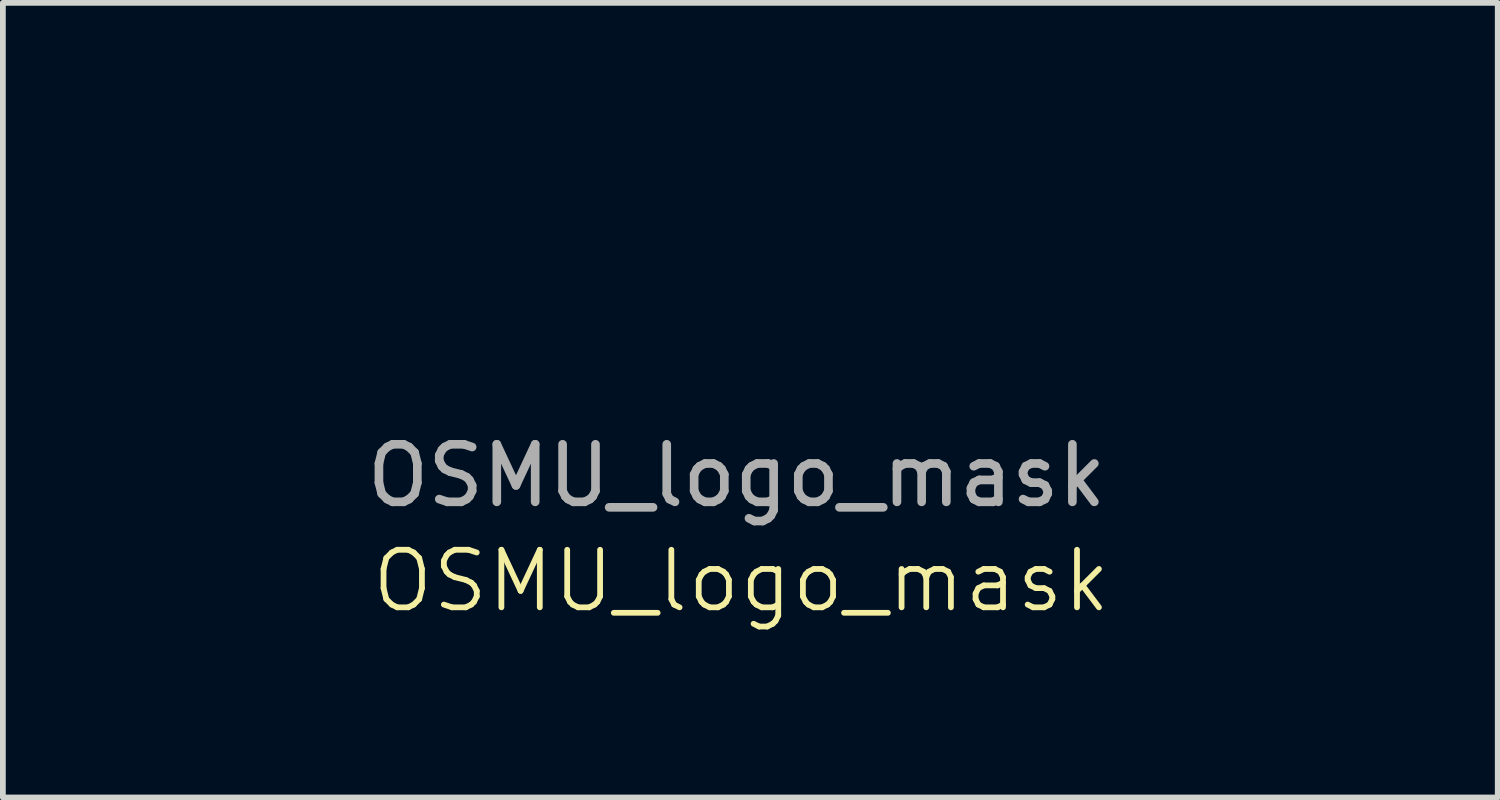
<source format=kicad_pcb>
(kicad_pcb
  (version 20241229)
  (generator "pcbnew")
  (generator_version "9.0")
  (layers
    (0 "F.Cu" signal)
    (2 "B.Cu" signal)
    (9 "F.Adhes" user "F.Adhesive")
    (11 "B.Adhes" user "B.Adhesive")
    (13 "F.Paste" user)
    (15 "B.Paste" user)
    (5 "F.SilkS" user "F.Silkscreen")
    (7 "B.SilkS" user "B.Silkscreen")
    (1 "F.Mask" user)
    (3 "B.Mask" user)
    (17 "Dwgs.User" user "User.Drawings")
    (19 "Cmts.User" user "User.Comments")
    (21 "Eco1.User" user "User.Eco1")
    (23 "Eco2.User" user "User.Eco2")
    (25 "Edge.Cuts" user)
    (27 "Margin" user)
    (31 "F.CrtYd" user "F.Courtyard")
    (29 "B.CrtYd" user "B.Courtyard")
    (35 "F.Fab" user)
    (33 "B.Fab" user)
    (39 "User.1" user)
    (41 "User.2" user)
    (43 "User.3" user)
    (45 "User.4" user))
  (footprint "OSMU_logo_mask"
    (layer "F.Cu")
    (at 9.748 2.714)
    (property "Reference" "OSMU_logo_mask" (at 0.08 4.33 0) (unlocked yes) (layer "F.SilkS") (effects (font (size 1 1) (thickness 0.1))))
    (attr smd)
    (fp_poly (pts (xy 6.885 -1.831) (xy 6.885 -1.05) (xy 6.405 -1.05) (xy 5.924 -1.05) (xy 5.924 -1.831) (xy 5.924 -2.612) (xy 6.405 -2.612) (xy 6.885 -2.612)) (stroke (width 0) (type solid)) (fill yes) (layer "F.Mask"))
    (fp_poly (pts (xy 9.667 -1.831) (xy 9.667 -1.05) (xy 9.177 -1.05) (xy 8.687 -1.05) (xy 8.687 -1.831) (xy 8.687 -2.612) (xy 9.177 -2.612) (xy 9.667 -2.612)) (stroke (width 0) (type solid)) (fill yes) (layer "F.Mask"))
    (fp_poly (pts (xy 0.665 -2.612) (xy 1.331 -2.612) (xy 1.67 -1.886) (xy 1.745 -1.725) (xy 1.815 -1.574) (xy 1.88 -1.437) (xy 1.936 -1.317) (xy 1.981 -1.22) (xy 2.014 -1.15) (xy 2.033 -1.111) (xy 2.035 -1.106) (xy 2.062 -1.05) (xy 1.031 -1.05) (xy -0.000189 -1.05) (xy -0.000189 -1.831) (xy -0.000189 -2.612)) (stroke (width 0) (type solid)) (fill yes) (layer "F.Mask"))
    (fp_poly (pts (xy 3.106 0.094) (xy 3.221 0.095) (xy 3.306 0.095) (xy 3.36 0.097) (xy 3.377 0.098) (xy 3.37 0.117) (xy 3.347 0.168) (xy 3.31 0.246) (xy 3.261 0.348) (xy 3.202 0.47) (xy 3.134 0.607) (xy 3.063 0.749) (xy 2.742 1.391) (xy 2.451 1.391) (xy 2.161 1.391) (xy 1.839 0.746) (xy 1.518 0.1) (xy 2.443 0.095) (xy 2.632 0.094) (xy 2.808 0.094) (xy 2.967 0.094)) (stroke (width 0) (type solid)) (fill yes) (layer "F.Mask"))
    (fp_poly (pts (xy 4.904 -1.831) (xy 4.904 -1.05) (xy 3.883 -1.05) (xy 3.685 -1.051) (xy 3.5 -1.052) (xy 3.331 -1.053) (xy 3.182 -1.055) (xy 3.057 -1.057) (xy 2.96 -1.06) (xy 2.894 -1.063) (xy 2.864 -1.066) (xy 2.862 -1.067) (xy 2.87 -1.088) (xy 2.894 -1.141) (xy 2.931 -1.223) (xy 2.98 -1.329) (xy 3.04 -1.456) (xy 3.107 -1.6) (xy 3.181 -1.758) (xy 3.221 -1.842) (xy 3.579 -2.602) (xy 4.242 -2.607) (xy 4.904 -2.612)) (stroke (width 0) (type solid)) (fill yes) (layer "F.Mask"))
    (fp_poly (pts (xy -2.291 -2.7) (xy -2.019 -2.658) (xy -1.75 -2.589) (xy -1.491 -2.495) (xy -1.248 -2.375) (xy -1.145 -2.313) (xy -1.071 -2.264) (xy -1.007 -2.218) (xy -0.963 -2.183) (xy -0.952 -2.173) (xy -0.941 -2.161) (xy -0.933 -2.152) (xy -0.93 -2.139) (xy -0.935 -2.121) (xy -0.949 -2.092) (xy -0.976 -2.049) (xy -1.016 -1.988) (xy -1.073 -1.906) (xy -1.149 -1.797) (xy -1.226 -1.686) (xy -1.403 -1.431) (xy -1.525 -1.513) (xy -1.664 -1.598) (xy -1.822 -1.678) (xy -1.985 -1.747) (xy -2.137 -1.798) (xy -2.183 -1.81) (xy -2.313 -1.834) (xy -2.452 -1.848) (xy -2.59 -1.851) (xy -2.714 -1.843) (xy -2.813 -1.824) (xy -2.826 -1.82) (xy -2.94 -1.762) (xy -3.026 -1.677) (xy -3.081 -1.57) (xy -3.102 -1.446) (xy -3.103 -1.436) (xy -3.09 -1.338) (xy -3.052 -1.254) (xy -2.982 -1.18) (xy -2.877 -1.109) (xy -2.854 -1.096) (xy -2.772 -1.052) (xy -3.427 -1.051) (xy -4.081 -1.05) (xy -4.096 -1.146) (xy -4.107 -1.253) (xy -4.11 -1.38) (xy -4.107 -1.515) (xy -4.096 -1.642) (xy -4.08 -1.747) (xy -4.074 -1.771) (xy -4.003 -1.965) (xy -3.897 -2.141) (xy -3.757 -2.299) (xy -3.586 -2.435) (xy -3.386 -2.548) (xy -3.3 -2.586) (xy -3.072 -2.658) (xy -2.823 -2.701) (xy -2.561 -2.714)) (stroke (width 0) (type solid)) (fill yes) (layer "F.Mask"))
    (fp_poly (pts (xy -6.969 -2.706) (xy -6.751 -2.693) (xy -6.56 -2.667) (xy -6.384 -2.625) (xy -6.212 -2.564) (xy -6.075 -2.504) (xy -5.807 -2.356) (xy -5.567 -2.18) (xy -5.354 -1.977) (xy -5.172 -1.749) (xy -5.021 -1.497) (xy -4.904 -1.225) (xy -4.874 -1.136) (xy -4.848 -1.05) (xy -5.376 -1.05) (xy -5.548 -1.051) (xy -5.682 -1.053) (xy -5.782 -1.055) (xy -5.85 -1.06) (xy -5.89 -1.065) (xy -5.905 -1.073) (xy -5.905 -1.074) (xy -5.918 -1.114) (xy -5.952 -1.175) (xy -6.002 -1.252) (xy -6.064 -1.334) (xy -6.13 -1.416) (xy -6.197 -1.49) (xy -6.23 -1.523) (xy -6.389 -1.656) (xy -6.549 -1.753) (xy -6.72 -1.817) (xy -6.908 -1.852) (xy -7.076 -1.86) (xy -7.259 -1.851) (xy -7.418 -1.821) (xy -7.567 -1.768) (xy -7.704 -1.697) (xy -7.809 -1.622) (xy -7.921 -1.522) (xy -8.028 -1.407) (xy -8.121 -1.29) (xy -8.189 -1.182) (xy -8.257 -1.051) (xy -8.782 -1.051) (xy -8.922 -1.051) (xy -9.049 -1.051) (xy -9.155 -1.052) (xy -9.238 -1.054) (xy -9.29 -1.055) (xy -9.308 -1.057) (xy -9.302 -1.078) (xy -9.286 -1.126) (xy -9.263 -1.194) (xy -9.258 -1.208) (xy -9.148 -1.472) (xy -9.003 -1.72) (xy -8.827 -1.947) (xy -8.625 -2.15) (xy -8.398 -2.327) (xy -8.152 -2.473) (xy -7.888 -2.586) (xy -7.78 -2.62) (xy -7.621 -2.661) (xy -7.467 -2.689) (xy -7.307 -2.705) (xy -7.13 -2.709)) (stroke (width 0) (type solid)) (fill yes) (layer "F.Mask"))
    (fp_poly (pts (xy -4.29 -0.894) (xy -4.173 -0.835) (xy -4.165 -0.829) (xy -4.074 -0.741) (xy -4.018 -0.631) (xy -3.995 -0.501) (xy -3.995 -0.48) (xy -4.007 -0.363) (xy -4.047 -0.262) (xy -4.12 -0.165) (xy -4.13 -0.155) (xy -4.191 -0.09) (xy -3.945 -0.09) (xy -3.7 -0.09) (xy -3.751 -0.151) (xy -3.781 -0.19) (xy -3.803 -0.23) (xy -3.817 -0.278) (xy -3.826 -0.341) (xy -3.831 -0.427) (xy -3.833 -0.542) (xy -3.833 -0.61) (xy -3.833 -0.9) (xy -3.738 -0.906) (xy -3.643 -0.913) (xy -3.643 -0.63) (xy -3.642 -0.504) (xy -3.638 -0.412) (xy -3.63 -0.347) (xy -3.619 -0.303) (xy -3.613 -0.289) (xy -3.566 -0.236) (xy -3.501 -0.211) (xy -3.43 -0.214) (xy -3.365 -0.246) (xy -3.335 -0.276) (xy -3.318 -0.303) (xy -3.306 -0.335) (xy -3.298 -0.38) (xy -3.292 -0.445) (xy -3.288 -0.537) (xy -3.286 -0.622) (xy -3.279 -0.91) (xy -3.191 -0.91) (xy -3.103 -0.91) (xy -3.103 -0.609) (xy -3.104 -0.47) (xy -3.11 -0.363) (xy -3.121 -0.283) (xy -3.139 -0.223) (xy -3.165 -0.176) (xy -3.201 -0.136) (xy -3.204 -0.133) (xy -3.25 -0.09) (xy -3.077 -0.09) (xy -2.903 -0.09) (xy -2.898 -0.495) (xy -2.895 -0.73) (xy -2.702 -0.73) (xy -2.702 -0.61) (xy -2.702 -0.49) (xy -2.576 -0.49) (xy -2.504 -0.494) (xy -2.449 -0.503) (xy -2.426 -0.514) (xy -2.41 -0.549) (xy -2.402 -0.603) (xy -2.402 -0.61) (xy -2.408 -0.669) (xy -2.431 -0.705) (xy -2.477 -0.724) (xy -2.555 -0.73) (xy -2.576 -0.73) (xy -2.702 -0.73) (xy -2.895 -0.73) (xy -2.892 -0.9) (xy -2.652 -0.898) (xy -2.501 -0.892) (xy -2.386 -0.875) (xy -2.302 -0.846) (xy -2.247 -0.8) (xy -2.215 -0.736) (xy -2.204 -0.651) (xy -2.206 -0.583) (xy -2.214 -0.512) (xy -2.228 -0.466) (xy -2.256 -0.429) (xy -2.286 -0.401) (xy -2.357 -0.34) (xy -2.268 -0.215) (xy -2.178 -0.09) (xy -2.016 -0.09) (xy -1.854 -0.09) (xy -1.916 -0.155) (xy -1.988 -0.246) (xy -2.028 -0.341) (xy -2.042 -0.453) (xy -2.042 -0.47) (xy -2.032 -0.589) (xy -2 -0.684) (xy -1.94 -0.768) (xy -1.92 -0.789) (xy -1.823 -0.864) (xy -1.714 -0.905) (xy -1.6 -0.917) (xy -1.499 -0.905) (xy -1.399 -0.874) (xy -1.314 -0.829) (xy -1.276 -0.795) (xy -1.259 -0.77) (xy -1.262 -0.745) (xy -1.289 -0.708) (xy -1.302 -0.692) (xy -1.359 -0.625) (xy -1.422 -0.677) (xy -1.5 -0.719) (xy -1.591 -0.731) (xy -1.683 -0.715) (xy -1.764 -0.673) (xy -1.81 -0.626) (xy -1.833 -0.568) (xy -1.841 -0.489) (xy -1.835 -0.407) (xy -1.814 -0.336) (xy -1.811 -0.329) (xy -1.757 -0.264) (xy -1.68 -0.225) (xy -1.591 -0.214) (xy -1.498 -0.231) (xy -1.42 -0.271) (xy -1.355 -0.317) (xy -1.308 -0.262) (xy -1.272 -0.215) (xy -1.266 -0.183) (xy -1.289 -0.152) (xy -1.314 -0.131) (xy -1.367 -0.09) (xy -1.224 -0.09) (xy -1.081 -0.09) (xy -1.081 -0.501) (xy -1.081 -0.911) (xy -0.776 -0.906) (xy -0.471 -0.9) (xy -0.464 -0.815) (xy -0.458 -0.73) (xy -0.68 -0.73) (xy -0.901 -0.73) (xy -0.901 -0.64) (xy -0.901 -0.55) (xy -0.701 -0.55) (xy -0.501 -0.55) (xy -0.501 -0.47) (xy -0.501 -0.39) (xy -0.701 -0.39) (xy -0.901 -0.39) (xy -0.901 -0.3) (xy -0.901 -0.21) (xy -0.681 -0.21) (xy -0.461 -0.21) (xy -0.461 -0.15) (xy -0.461 -0.09) (xy -0.211 -0.09) (xy 0.039 -0.09) (xy 0.044 -0.495) (xy 0.05 -0.9) (xy 0.175 -0.906) (xy 0.301 -0.912) (xy 0.414 -0.671) (xy 0.527 -0.429) (xy 0.643 -0.671) (xy 0.759 -0.912) (xy 0.885 -0.906) (xy 1.011 -0.9) (xy 1.016 -0.495) (xy 1.021 -0.09) (xy 1.121 -0.09) (xy 1.221 -0.09) (xy 1.221 -0.501) (xy 1.221 -0.913) (xy 1.316 -0.906) (xy 1.411 -0.9) (xy 1.416 -0.495) (xy 1.422 -0.09) (xy 1.521 -0.09) (xy 1.62 -0.09) (xy 1.626 -0.495) (xy 1.631 -0.9) (xy 1.721 -0.9) (xy 1.81 -0.9) (xy 2.011 -0.636) (xy 2.079 -0.548) (xy 2.138 -0.472) (xy 2.186 -0.414) (xy 2.217 -0.379) (xy 2.227 -0.371) (xy 2.232 -0.389) (xy 2.237 -0.441) (xy 2.24 -0.517) (xy 2.241 -0.612) (xy 2.242 -0.64) (xy 2.242 -0.91) (xy 2.332 -0.91) (xy 2.422 -0.91) (xy 2.422 -0.5) (xy 2.422 -0.09) (xy 2.532 -0.09) (xy 2.642 -0.09) (xy 2.642 -0.5) (xy 2.642 -0.91) (xy 2.952 -0.91) (xy 3.262 -0.91) (xy 3.262 -0.82) (xy 3.262 -0.73) (xy 3.041 -0.73) (xy 2.82 -0.73) (xy 2.826 -0.645) (xy 2.832 -0.56) (xy 3.027 -0.554) (xy 3.222 -0.549) (xy 3.222 -0.47) (xy 3.222 -0.391) (xy 3.027 -0.386) (xy 2.832 -0.38) (xy 2.826 -0.295) (xy 2.82 -0.21) (xy 3.051 -0.21) (xy 3.282 -0.21) (xy 3.282 -0.15) (xy 3.286 -0.111) (xy 3.303 -0.094) (xy 3.346 -0.09) (xy 3.362 -0.09) (xy 3.442 -0.09) (xy 3.447 -0.495) (xy 3.45 -0.73) (xy 3.643 -0.73) (xy 3.643 -0.61) (xy 3.643 -0.49) (xy 3.769 -0.49) (xy 3.841 -0.494) (xy 3.896 -0.503) (xy 3.919 -0.514) (xy 3.935 -0.549) (xy 3.943 -0.603) (xy 3.943 -0.61) (xy 3.937 -0.669) (xy 3.914 -0.705) (xy 3.868 -0.724) (xy 3.79 -0.73) (xy 3.769 -0.73) (xy 3.643 -0.73) (xy 3.45 -0.73) (xy 3.453 -0.9) (xy 3.693 -0.898) (xy 3.844 -0.892) (xy 3.959 -0.875) (xy 4.043 -0.846) (xy 4.098 -0.8) (xy 4.13 -0.736) (xy 4.141 -0.651) (xy 4.139 -0.583) (xy 4.131 -0.512) (xy 4.117 -0.466) (xy 4.089 -0.429) (xy 4.059 -0.401) (xy 3.988 -0.34) (xy 4.077 -0.215) (xy 4.167 -0.09) (xy 4.28 -0.09) (xy 4.393 -0.09) (xy 4.337 -0.135) (xy 4.282 -0.18) (xy 4.337 -0.246) (xy 4.393 -0.313) (xy 4.489 -0.259) (xy 4.566 -0.226) (xy 4.643 -0.208) (xy 4.708 -0.208) (xy 4.747 -0.226) (xy 4.76 -0.259) (xy 4.76 -0.293) (xy 4.751 -0.318) (xy 4.726 -0.341) (xy 4.678 -0.364) (xy 4.599 -0.393) (xy 4.593 -0.395) (xy 4.476 -0.443) (xy 4.394 -0.495) (xy 4.345 -0.555) (xy 4.324 -0.626) (xy 4.323 -0.651) (xy 4.339 -0.753) (xy 4.387 -0.831) (xy 4.465 -0.885) (xy 4.573 -0.912) (xy 4.648 -0.916) (xy 4.719 -0.909) (xy 4.794 -0.891) (xy 4.864 -0.867) (xy 4.917 -0.84) (xy 4.943 -0.813) (xy 4.944 -0.808) (xy 4.933 -0.78) (xy 4.906 -0.738) (xy 4.901 -0.731) (xy 4.859 -0.674) (xy 4.771 -0.714) (xy 4.686 -0.74) (xy 4.611 -0.744) (xy 4.555 -0.725) (xy 4.536 -0.705) (xy 4.524 -0.665) (xy 4.544 -0.63) (xy 4.598 -0.596) (xy 4.689 -0.562) (xy 4.708 -0.556) (xy 4.822 -0.513) (xy 4.9 -0.462) (xy 4.945 -0.4) (xy 4.963 -0.323) (xy 4.964 -0.303) (xy 4.952 -0.225) (xy 4.924 -0.155) (xy 4.884 -0.09) (xy 5.236 -0.09) (xy 5.588 -0.09) (xy 5.537 -0.15) (xy 5.502 -0.199) (xy 5.477 -0.254) (xy 5.46 -0.323) (xy 5.45 -0.414) (xy 5.445 -0.532) (xy 5.444 -0.635) (xy 5.444 -0.91) (xy 5.544 -0.91) (xy 5.644 -0.91) (xy 5.644 -0.629) (xy 5.646 -0.503) (xy 5.65 -0.411) (xy 5.657 -0.346) (xy 5.669 -0.302) (xy 5.675 -0.289) (xy 5.722 -0.236) (xy 5.787 -0.211) (xy 5.858 -0.214) (xy 5.923 -0.245) (xy 5.952 -0.276) (xy 5.969 -0.303) (xy 5.981 -0.335) (xy 5.989 -0.381) (xy 5.995 -0.446) (xy 5.999 -0.54) (xy 6.002 -0.621) (xy 6.009 -0.91) (xy 6.097 -0.91) (xy 6.185 -0.91) (xy 6.185 -0.611) (xy 6.183 -0.476) (xy 6.179 -0.374) (xy 6.17 -0.298) (xy 6.154 -0.241) (xy 6.131 -0.195) (xy 6.098 -0.154) (xy 6.09 -0.145) (xy 6.037 -0.09) (xy 6.211 -0.09) (xy 6.385 -0.09) (xy 6.385 -0.5) (xy 6.385 -0.91) (xy 6.474 -0.91) (xy 6.563 -0.91) (xy 6.769 -0.64) (xy 6.975 -0.369) (xy 6.985 -0.635) (xy 6.995 -0.9) (xy 7.09 -0.906) (xy 7.185 -0.913) (xy 7.185 -0.501) (xy 7.185 -0.09) (xy 7.296 -0.09) (xy 7.406 -0.09) (xy 7.406 -0.5) (xy 7.406 -0.91) (xy 7.496 -0.91) (xy 7.586 -0.91) (xy 7.586 -0.5) (xy 7.586 -0.09) (xy 7.776 -0.09) (xy 7.966 -0.09) (xy 7.966 -0.41) (xy 7.966 -0.73) (xy 7.845 -0.73) (xy 7.724 -0.73) (xy 7.73 -0.815) (xy 7.736 -0.9) (xy 8.071 -0.906) (xy 8.406 -0.911) (xy 8.406 -0.821) (xy 8.406 -0.73) (xy 8.286 -0.73) (xy 8.166 -0.73) (xy 8.166 -0.41) (xy 8.166 -0.09) (xy 8.356 -0.09) (xy 8.546 -0.09) (xy 8.551 -0.495) (xy 8.557 -0.9) (xy 8.867 -0.9) (xy 9.177 -0.9) (xy 9.183 -0.815) (xy 9.189 -0.73) (xy 8.968 -0.73) (xy 8.747 -0.73) (xy 8.747 -0.64) (xy 8.747 -0.55) (xy 8.937 -0.55) (xy 9.127 -0.55) (xy 9.127 -0.47) (xy 9.127 -0.39) (xy 8.937 -0.39) (xy 8.747 -0.39) (xy 8.747 -0.3) (xy 8.747 -0.21) (xy 8.967 -0.21) (xy 9.187 -0.21) (xy 9.187 -0.15) (xy 9.19 -0.113) (xy 9.205 -0.095) (xy 9.243 -0.09) (xy 9.277 -0.09) (xy 9.367 -0.09) (xy 9.367 -0.503) (xy 9.367 -0.73) (xy 9.547 -0.73) (xy 9.547 -0.47) (xy 9.547 -0.21) (xy 9.648 -0.21) (xy 9.724 -0.216) (xy 9.795 -0.231) (xy 9.817 -0.238) (xy 9.886 -0.288) (xy 9.931 -0.366) (xy 9.948 -0.465) (xy 9.948 -0.47) (xy 9.932 -0.574) (xy 9.887 -0.651) (xy 9.811 -0.702) (xy 9.705 -0.728) (xy 9.648 -0.73) (xy 9.547 -0.73) (xy 9.367 -0.73) (xy 9.367 -0.916) (xy 9.592 -0.906) (xy 9.735 -0.895) (xy 9.846 -0.876) (xy 9.931 -0.847) (xy 9.999 -0.804) (xy 10.046 -0.759) (xy 10.11 -0.657) (xy 10.143 -0.541) (xy 10.145 -0.419) (xy 10.116 -0.301) (xy 10.056 -0.197) (xy 10.028 -0.165) (xy 9.952 -0.09) (xy 10.092 -0.09) (xy 10.169 -0.088) (xy 10.211 -0.081) (xy 10.224 -0.068) (xy 10.223 -0.065) (xy 10.213 -0.06) (xy 10.187 -0.056) (xy 10.142 -0.052) (xy 10.076 -0.049) (xy 9.986 -0.046) (xy 9.871 -0.044) (xy 9.728 -0.041) (xy 9.555 -0.04) (xy 9.351 -0.038) (xy 9.112 -0.037) (xy 8.837 -0.036) (xy 8.605 -0.035) (xy 6.995 -0.03) (xy 6.795 -0.297) (xy 6.595 -0.563) (xy 6.585 -0.301) (xy 6.575 -0.04) (xy 5.272 -0.035) (xy 3.97 -0.029) (xy 3.873 -0.17) (xy 3.824 -0.239) (xy 3.788 -0.281) (xy 3.758 -0.302) (xy 3.727 -0.309) (xy 3.709 -0.31) (xy 3.643 -0.31) (xy 3.643 -0.17) (xy 3.643 -0.029) (xy 2.937 -0.034) (xy 2.232 -0.04) (xy 2.031 -0.305) (xy 1.831 -0.57) (xy 1.826 -0.3) (xy 1.82 -0.03) (xy 1.32 -0.03) (xy 0.82 -0.03) (xy 0.819 -0.305) (xy 0.818 -0.58) (xy 0.699 -0.345) (xy 0.65 -0.249) (xy 0.613 -0.183) (xy 0.586 -0.142) (xy 0.564 -0.12) (xy 0.542 -0.111) (xy 0.525 -0.11) (xy 0.5 -0.113) (xy 0.478 -0.125) (xy 0.454 -0.153) (xy 0.424 -0.203) (xy 0.384 -0.28) (xy 0.356 -0.335) (xy 0.242 -0.56) (xy 0.241 -0.295) (xy 0.24 -0.03) (xy -1.068 -0.03) (xy -2.376 -0.03) (xy -2.472 -0.17) (xy -2.521 -0.239) (xy -2.557 -0.281) (xy -2.587 -0.302) (xy -2.618 -0.309) (xy -2.636 -0.31) (xy -2.702 -0.31) (xy -2.702 -0.17) (xy -2.702 -0.03) (xy -4.531 -0.03) (xy -6.361 -0.03) (xy -6.568 -0.303) (xy -6.776 -0.576) (xy -6.781 -0.303) (xy -6.787 -0.03) (xy -8.254 -0.03) (xy -8.493 -0.03) (xy -8.72 -0.03) (xy -8.932 -0.031) (xy -9.126 -0.032) (xy -9.299 -0.034) (xy -9.448 -0.035) (xy -9.569 -0.037) (xy -9.659 -0.039) (xy -9.715 -0.041) (xy -9.735 -0.043) (xy -9.748 -0.066) (xy -9.729 -0.081) (xy -9.675 -0.088) (xy -9.615 -0.09) (xy -9.483 -0.09) (xy -9.564 -0.178) (xy -9.639 -0.285) (xy -9.679 -0.399) (xy -9.681 -0.446) (xy -9.485 -0.446) (xy -9.461 -0.358) (xy -9.405 -0.277) (xy -9.392 -0.264) (xy -9.311 -0.216) (xy -9.219 -0.203) (xy -9.126 -0.225) (xy -9.093 -0.242) (xy -9.041 -0.293) (xy -9.002 -0.366) (xy -8.985 -0.431) (xy -8.983 -0.519) (xy -8.998 -0.584) (xy -9.037 -0.642) (xy -9.065 -0.673) (xy -9.119 -0.721) (xy -9.165 -0.744) (xy -9.219 -0.75) (xy -9.22 -0.75) (xy -9.316 -0.733) (xy -9.392 -0.686) (xy -9.448 -0.618) (xy -9.48 -0.536) (xy -9.485 -0.446) (xy -9.681 -0.446) (xy -9.685 -0.514) (xy -9.662 -0.625) (xy -9.611 -0.726) (xy -9.534 -0.811) (xy -9.434 -0.874) (xy -9.314 -0.91) (xy -9.238 -0.916) (xy -9.111 -0.904) (xy -9.006 -0.864) (xy -8.913 -0.793) (xy -8.909 -0.789) (xy -8.839 -0.702) (xy -8.8 -0.607) (xy -8.787 -0.49) (xy -8.787 -0.477) (xy -8.804 -0.348) (xy -8.852 -0.234) (xy -8.927 -0.143) (xy -8.931 -0.139) (xy -8.992 -0.088) (xy -8.805 -0.094) (xy -8.617 -0.1) (xy -8.612 -0.508) (xy -8.609 -0.73) (xy -8.427 -0.73) (xy -8.427 -0.59) (xy -8.427 -0.45) (xy -8.317 -0.45) (xy -8.241 -0.455) (xy -8.192 -0.471) (xy -8.167 -0.49) (xy -8.136 -0.541) (xy -8.127 -0.59) (xy -8.142 -0.659) (xy -8.187 -0.705) (xy -8.265 -0.727) (xy -8.317 -0.73) (xy -8.427 -0.73) (xy -8.609 -0.73) (xy -8.606 -0.916) (xy -8.378 -0.905) (xy -8.246 -0.896) (xy -8.148 -0.881) (xy -8.076 -0.857) (xy -8.024 -0.823) (xy -7.985 -0.775) (xy -7.967 -0.742) (xy -7.932 -0.639) (xy -7.933 -0.538) (xy -7.959 -0.45) (xy -7.999 -0.382) (xy -8.062 -0.334) (xy -8.153 -0.301) (xy -8.277 -0.281) (xy -8.282 -0.28) (xy -8.427 -0.266) (xy -8.427 -0.178) (xy -8.427 -0.09) (xy -8.107 -0.09) (xy -7.787 -0.09) (xy -7.782 -0.495) (xy -7.776 -0.9) (xy -7.471 -0.906) (xy -7.166 -0.911) (xy -7.166 -0.821) (xy -7.166 -0.73) (xy -7.376 -0.73) (xy -7.586 -0.73) (xy -7.586 -0.64) (xy -7.586 -0.55) (xy -7.396 -0.55) (xy -7.206 -0.55) (xy -7.206 -0.47) (xy -7.206 -0.39) (xy -7.396 -0.39) (xy -7.586 -0.39) (xy -7.586 -0.3) (xy -7.586 -0.21) (xy -7.366 -0.21) (xy -7.146 -0.21) (xy -7.146 -0.15) (xy -7.143 -0.113) (xy -7.128 -0.095) (xy -7.09 -0.09) (xy -7.056 -0.09) (xy -6.966 -0.09) (xy -6.966 -0.5) (xy -6.966 -0.91) (xy -6.881 -0.91) (xy -6.796 -0.91) (xy -6.58 -0.627) (xy -6.365 -0.344) (xy -6.365 -0.628) (xy -6.365 -0.913) (xy -6.27 -0.906) (xy -6.175 -0.9) (xy -6.17 -0.495) (xy -6.164 -0.09) (xy -5.873 -0.09) (xy -5.582 -0.09) (xy -5.637 -0.136) (xy -5.691 -0.183) (xy -5.644 -0.246) (xy -5.606 -0.292) (xy -5.576 -0.306) (xy -5.539 -0.291) (xy -5.507 -0.268) (xy -5.434 -0.228) (xy -5.357 -0.208) (xy -5.288 -0.209) (xy -5.235 -0.23) (xy -5.211 -0.261) (xy -5.215 -0.302) (xy -5.256 -0.342) (xy -5.332 -0.379) (xy -5.394 -0.4) (xy -5.504 -0.439) (xy -5.58 -0.485) (xy -5.628 -0.542) (xy -5.645 -0.582) (xy -5.66 -0.68) (xy -5.64 -0.767) (xy -5.587 -0.837) (xy -5.506 -0.888) (xy -5.4 -0.914) (xy -5.344 -0.917) (xy -5.271 -0.91) (xy -5.19 -0.892) (xy -5.116 -0.866) (xy -5.06 -0.837) (xy -5.038 -0.817) (xy -5.042 -0.791) (xy -5.066 -0.749) (xy -5.077 -0.734) (xy -5.127 -0.671) (xy -5.205 -0.71) (xy -5.285 -0.741) (xy -5.359 -0.75) (xy -5.416 -0.737) (xy -5.444 -0.712) (xy -5.457 -0.667) (xy -5.44 -0.631) (xy -5.39 -0.599) (xy -5.311 -0.57) (xy -5.196 -0.53) (xy -5.115 -0.489) (xy -5.062 -0.445) (xy -5.041 -0.414) (xy -5.017 -0.331) (xy -5.022 -0.24) (xy -5.055 -0.158) (xy -5.06 -0.151) (xy -5.105 -0.09) (xy -4.893 -0.09) (xy -4.681 -0.09) (xy -4.743 -0.142) (xy -4.823 -0.234) (xy -4.874 -0.346) (xy -4.893 -0.467) (xy -4.89 -0.5) (xy -4.695 -0.5) (xy -4.69 -0.409) (xy -4.659 -0.329) (xy -4.605 -0.264) (xy -4.535 -0.22) (xy -4.453 -0.202) (xy -4.366 -0.215) (xy -4.309 -0.242) (xy -4.241 -0.306) (xy -4.202 -0.389) (xy -4.189 -0.481) (xy -4.204 -0.572) (xy -4.247 -0.654) (xy -4.312 -0.712) (xy -4.402 -0.747) (xy -4.492 -0.744) (xy -4.575 -0.707) (xy -4.642 -0.637) (xy -4.666 -0.596) (xy -4.695 -0.5) (xy -4.89 -0.5) (xy -4.88 -0.589) (xy -4.837 -0.697) (xy -4.756 -0.798) (xy -4.654 -0.869) (xy -4.538 -0.909) (xy -4.414 -0.918)) (stroke (width 0) (type solid)) (fill yes) (layer "F.Mask"))
    (fp_text user "${REFERENCE}" (at 0 2.5 0) (unlocked yes) (layer "F.Fab") (effects (font (size 1 1) (thickness 0.15)))))
  (gr_rect
    (start -3 -3)
    (end 22.971 10.805)
    (stroke (width 0.1) (type default))
    (fill no)
    (layer "Edge.Cuts")))
</source>
